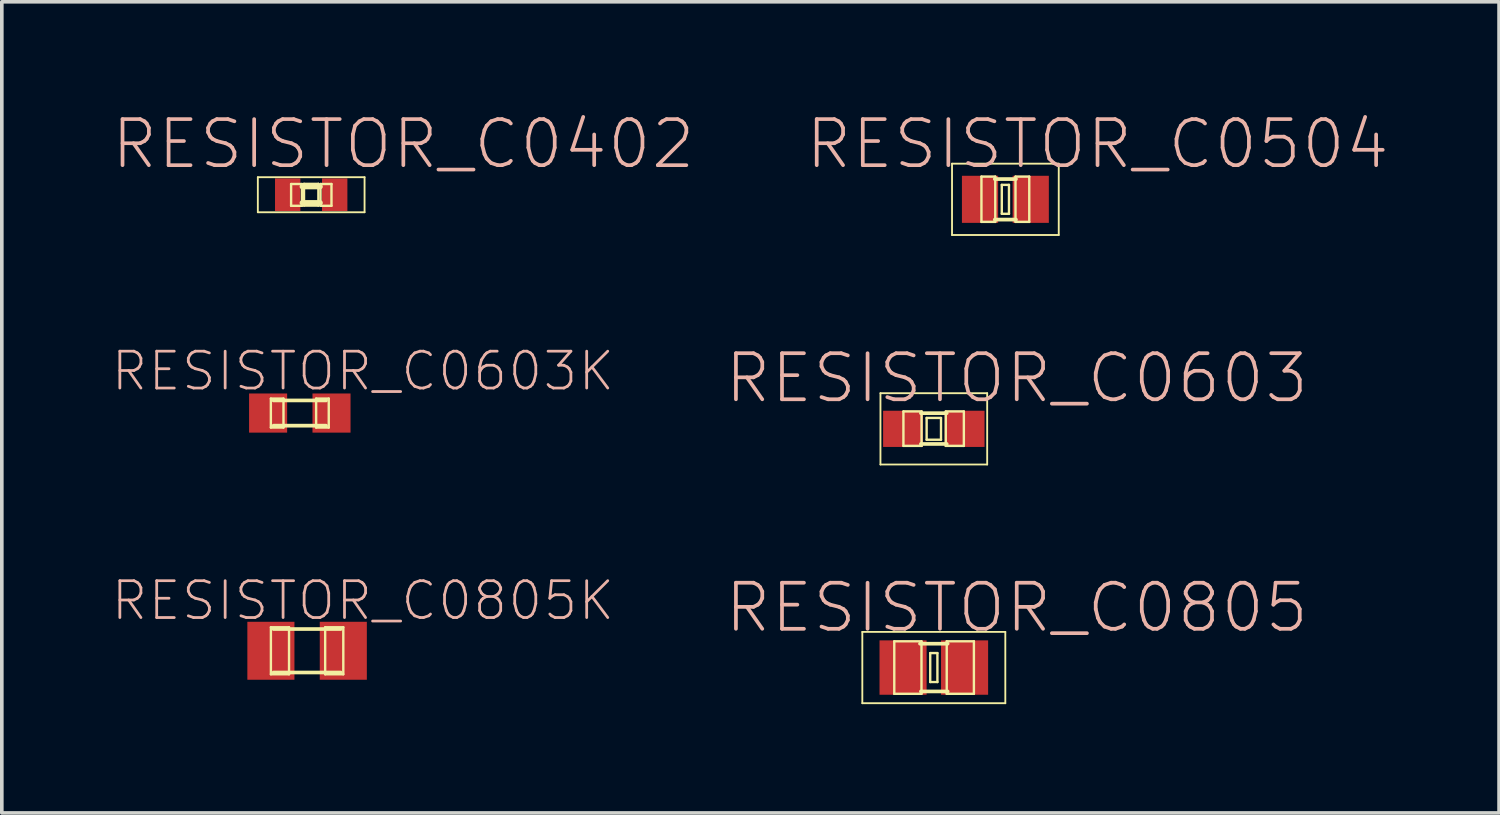
<source format=kicad_pcb>
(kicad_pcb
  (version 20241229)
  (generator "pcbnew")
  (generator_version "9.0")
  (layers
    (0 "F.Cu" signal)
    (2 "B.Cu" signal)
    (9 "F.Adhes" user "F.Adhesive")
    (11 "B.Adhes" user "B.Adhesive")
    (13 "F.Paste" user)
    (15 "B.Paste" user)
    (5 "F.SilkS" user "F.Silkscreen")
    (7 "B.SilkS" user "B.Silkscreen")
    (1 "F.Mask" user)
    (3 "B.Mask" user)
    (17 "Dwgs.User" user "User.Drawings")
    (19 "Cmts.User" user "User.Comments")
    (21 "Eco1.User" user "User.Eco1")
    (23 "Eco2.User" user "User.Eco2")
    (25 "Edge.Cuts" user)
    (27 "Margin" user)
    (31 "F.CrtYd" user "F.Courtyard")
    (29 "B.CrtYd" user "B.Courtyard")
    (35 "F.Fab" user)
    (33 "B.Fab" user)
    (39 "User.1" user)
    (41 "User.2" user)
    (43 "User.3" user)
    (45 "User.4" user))
  (footprint "RESISTOR_C0603K"
    (layer "F.Cu")
    (at 5.215 8.337)
    (property "Reference" "RESISTOR_C0603K" (at 1.74 -1.156 0) (layer "B.SilkS") (effects (font (size 1.016 1.016) (thickness 0.076))))
    (attr smd)
    (fp_line (start -0.798 -0.399) (end -0.45 -0.399) (stroke (width 0.066) (type solid)) (layer "F.SilkS"))
    (fp_line (start -0.798 0.399) (end -0.798 -0.399) (stroke (width 0.066) (type solid)) (layer "F.SilkS"))
    (fp_line (start -0.798 0.399) (end -0.45 0.399) (stroke (width 0.066) (type solid)) (layer "F.SilkS"))
    (fp_line (start -0.724 -0.348) (end 0.724 -0.348) (stroke (width 0.102) (type solid)) (layer "F.SilkS"))
    (fp_line (start -0.45 0.399) (end -0.45 -0.399) (stroke (width 0.066) (type solid)) (layer "F.SilkS"))
    (fp_line (start 0.45 -0.399) (end 0.798 -0.399) (stroke (width 0.066) (type solid)) (layer "F.SilkS"))
    (fp_line (start 0.45 0.399) (end 0.45 -0.399) (stroke (width 0.066) (type solid)) (layer "F.SilkS"))
    (fp_line (start 0.45 0.399) (end 0.798 0.399) (stroke (width 0.066) (type solid)) (layer "F.SilkS"))
    (fp_line (start 0.724 0.348) (end -0.724 0.348) (stroke (width 0.102) (type solid)) (layer "F.SilkS"))
    (fp_line (start 0.798 0.399) (end 0.798 -0.399) (stroke (width 0.066) (type solid)) (layer "F.SilkS"))
    (pad "1" smd rect (at -0.874 0) (size 1.049 1.079) (layers "F.Cu" "F.Mask" "F.Paste"))
    (pad "2" smd rect (at 0.874 0) (size 1.049 1.079) (layers "F.Cu" "F.Mask" "F.Paste")))
  (footprint "RESISTOR_C0603"
    (layer "F.Cu")
    (at 22.693 8.772)
    (property "Reference" "RESISTOR_C0603" (at 2.286 -1.397 0) (layer "B.SilkS") (effects (font (size 1.27 1.27) (thickness 0.102))))
    (attr smd)
    (fp_line (start -1.471 -0.983) (end 1.471 -0.983) (stroke (width 0.051) (type solid)) (layer "F.SilkS"))
    (fp_line (start -1.471 0.983) (end -1.471 -0.983) (stroke (width 0.051) (type solid)) (layer "F.SilkS"))
    (fp_line (start -0.838 -0.48) (end -0.338 -0.48) (stroke (width 0.066) (type solid)) (layer "F.SilkS"))
    (fp_line (start -0.838 0.47) (end -0.838 -0.48) (stroke (width 0.066) (type solid)) (layer "F.SilkS"))
    (fp_line (start -0.838 0.47) (end -0.338 0.47) (stroke (width 0.066) (type solid)) (layer "F.SilkS"))
    (fp_line (start -0.356 -0.432) (end 0.356 -0.432) (stroke (width 0.102) (type solid)) (layer "F.SilkS"))
    (fp_line (start -0.356 0.417) (end 0.356 0.417) (stroke (width 0.102) (type solid)) (layer "F.SilkS"))
    (fp_line (start -0.338 0.47) (end -0.338 -0.48) (stroke (width 0.066) (type solid)) (layer "F.SilkS"))
    (fp_line (start -0.198 -0.3) (end 0.198 -0.3) (stroke (width 0.066) (type solid)) (layer "F.SilkS"))
    (fp_line (start -0.198 0.3) (end -0.198 -0.3) (stroke (width 0.066) (type solid)) (layer "F.SilkS"))
    (fp_line (start -0.198 0.3) (end 0.198 0.3) (stroke (width 0.066) (type solid)) (layer "F.SilkS"))
    (fp_line (start 0.198 0.3) (end 0.198 -0.3) (stroke (width 0.066) (type solid)) (layer "F.SilkS"))
    (fp_line (start 0.33 -0.48) (end 0.828 -0.48) (stroke (width 0.066) (type solid)) (layer "F.SilkS"))
    (fp_line (start 0.33 0.47) (end 0.33 -0.48) (stroke (width 0.066) (type solid)) (layer "F.SilkS"))
    (fp_line (start 0.33 0.47) (end 0.828 0.47) (stroke (width 0.066) (type solid)) (layer "F.SilkS"))
    (fp_line (start 0.828 0.47) (end 0.828 -0.48) (stroke (width 0.066) (type solid)) (layer "F.SilkS"))
    (fp_line (start 1.471 -0.983) (end 1.471 0.983) (stroke (width 0.051) (type solid)) (layer "F.SilkS"))
    (fp_line (start 1.471 0.983) (end -1.471 0.983) (stroke (width 0.051) (type solid)) (layer "F.SilkS"))
    (pad "1" smd rect (at -0.848 0) (size 1.1 0.998) (layers "F.Cu" "F.Mask" "F.Paste"))
    (pad "2" smd rect (at 0.848 0) (size 1.1 0.998) (layers "F.Cu" "F.Mask" "F.Paste")))
  (footprint "RESISTOR_C0504"
    (layer "F.Cu")
    (at 24.666 2.445)
    (property "Reference" "RESISTOR_C0504" (at 2.54 -1.524 0) (layer "B.SilkS") (effects (font (size 1.27 1.27) (thickness 0.102))))
    (attr smd)
    (fp_line (start -1.471 -0.983) (end 1.471 -0.983) (stroke (width 0.051) (type solid)) (layer "F.SilkS"))
    (fp_line (start -1.471 0.983) (end -1.471 -0.983) (stroke (width 0.051) (type solid)) (layer "F.SilkS"))
    (fp_line (start -0.66 -0.627) (end -0.279 -0.627) (stroke (width 0.066) (type solid)) (layer "F.SilkS"))
    (fp_line (start -0.66 0.622) (end -0.66 -0.627) (stroke (width 0.066) (type solid)) (layer "F.SilkS"))
    (fp_line (start -0.66 0.622) (end -0.279 0.622) (stroke (width 0.066) (type solid)) (layer "F.SilkS"))
    (fp_line (start -0.292 -0.559) (end 0.292 -0.559) (stroke (width 0.102) (type solid)) (layer "F.SilkS"))
    (fp_line (start -0.292 0.559) (end 0.292 0.559) (stroke (width 0.102) (type solid)) (layer "F.SilkS"))
    (fp_line (start -0.279 0.622) (end -0.279 -0.627) (stroke (width 0.066) (type solid)) (layer "F.SilkS"))
    (fp_line (start -0.099 -0.399) (end 0.099 -0.399) (stroke (width 0.066) (type solid)) (layer "F.SilkS"))
    (fp_line (start -0.099 0.399) (end -0.099 -0.399) (stroke (width 0.066) (type solid)) (layer "F.SilkS"))
    (fp_line (start -0.099 0.399) (end 0.099 0.399) (stroke (width 0.066) (type solid)) (layer "F.SilkS"))
    (fp_line (start 0.099 0.399) (end 0.099 -0.399) (stroke (width 0.066) (type solid)) (layer "F.SilkS"))
    (fp_line (start 0.279 -0.627) (end 0.658 -0.627) (stroke (width 0.066) (type solid)) (layer "F.SilkS"))
    (fp_line (start 0.279 0.622) (end 0.279 -0.627) (stroke (width 0.066) (type solid)) (layer "F.SilkS"))
    (fp_line (start 0.279 0.622) (end 0.658 0.622) (stroke (width 0.066) (type solid)) (layer "F.SilkS"))
    (fp_line (start 0.658 0.622) (end 0.658 -0.627) (stroke (width 0.066) (type solid)) (layer "F.SilkS"))
    (fp_line (start 1.471 -0.983) (end 1.471 0.983) (stroke (width 0.051) (type solid)) (layer "F.SilkS"))
    (fp_line (start 1.471 0.983) (end -1.471 0.983) (stroke (width 0.051) (type solid)) (layer "F.SilkS"))
    (pad "1" smd rect (at -0.699 0) (size 0.998 1.298) (layers "F.Cu" "F.Mask" "F.Paste"))
    (pad "2" smd rect (at 0.699 0) (size 0.998 1.298) (layers "F.Cu" "F.Mask" "F.Paste")))
  (footprint "RESISTOR_C0402"
    (layer "F.Cu")
    (at 5.529 2.318)
    (property "Reference" "RESISTOR_C0402" (at 2.54 -1.397 0) (layer "B.SilkS") (effects (font (size 1.27 1.27) (thickness 0.102))))
    (attr smd)
    (fp_line (start -1.471 -0.483) (end 1.471 -0.483) (stroke (width 0.051) (type solid)) (layer "F.SilkS"))
    (fp_line (start -1.471 0.483) (end -1.471 -0.483) (stroke (width 0.051) (type solid)) (layer "F.SilkS"))
    (fp_line (start -0.554 -0.295) (end -0.254 -0.295) (stroke (width 0.066) (type solid)) (layer "F.SilkS"))
    (fp_line (start -0.554 0.305) (end -0.554 -0.295) (stroke (width 0.066) (type solid)) (layer "F.SilkS"))
    (fp_line (start -0.554 0.305) (end -0.254 0.305) (stroke (width 0.066) (type solid)) (layer "F.SilkS"))
    (fp_line (start -0.254 0.305) (end -0.254 -0.295) (stroke (width 0.066) (type solid)) (layer "F.SilkS"))
    (fp_line (start -0.244 -0.224) (end 0.244 -0.224) (stroke (width 0.152) (type solid)) (layer "F.SilkS"))
    (fp_line (start -0.198 -0.3) (end 0.198 -0.3) (stroke (width 0.066) (type solid)) (layer "F.SilkS"))
    (fp_line (start -0.198 0.3) (end -0.198 -0.3) (stroke (width 0.066) (type solid)) (layer "F.SilkS"))
    (fp_line (start -0.198 0.3) (end 0.198 0.3) (stroke (width 0.066) (type solid)) (layer "F.SilkS"))
    (fp_line (start 0.198 0.3) (end 0.198 -0.3) (stroke (width 0.066) (type solid)) (layer "F.SilkS"))
    (fp_line (start 0.244 0.224) (end -0.244 0.224) (stroke (width 0.152) (type solid)) (layer "F.SilkS"))
    (fp_line (start 0.257 -0.295) (end 0.559 -0.295) (stroke (width 0.066) (type solid)) (layer "F.SilkS"))
    (fp_line (start 0.257 0.305) (end 0.257 -0.295) (stroke (width 0.066) (type solid)) (layer "F.SilkS"))
    (fp_line (start 0.257 0.305) (end 0.559 0.305) (stroke (width 0.066) (type solid)) (layer "F.SilkS"))
    (fp_line (start 0.559 0.305) (end 0.559 -0.295) (stroke (width 0.066) (type solid)) (layer "F.SilkS"))
    (fp_line (start 1.471 -0.483) (end 1.471 0.483) (stroke (width 0.051) (type solid)) (layer "F.SilkS"))
    (fp_line (start 1.471 0.483) (end -1.471 0.483) (stroke (width 0.051) (type solid)) (layer "F.SilkS"))
    (pad "1" smd rect (at -0.648 0) (size 0.699 0.899) (layers "F.Cu" "F.Mask" "F.Paste"))
    (pad "2" smd rect (at 0.648 0) (size 0.699 0.899) (layers "F.Cu" "F.Mask" "F.Paste")))
  (footprint "RESISTOR_C0805K"
    (layer "F.Cu")
    (at 5.416 14.89)
    (property "Reference" "RESISTOR_C0805K" (at 1.539 -1.382 0) (layer "B.SilkS") (effects (font (size 1.016 1.016) (thickness 0.076))))
    (attr smd)
    (fp_line (start -0.998 -0.648) (end -0.498 -0.648) (stroke (width 0.066) (type solid)) (layer "F.SilkS"))
    (fp_line (start -0.998 0.648) (end -0.998 -0.648) (stroke (width 0.066) (type solid)) (layer "F.SilkS"))
    (fp_line (start -0.998 0.648) (end -0.498 0.648) (stroke (width 0.066) (type solid)) (layer "F.SilkS"))
    (fp_line (start -0.925 -0.599) (end 0.925 -0.599) (stroke (width 0.102) (type solid)) (layer "F.SilkS"))
    (fp_line (start -0.498 0.648) (end -0.498 -0.648) (stroke (width 0.066) (type solid)) (layer "F.SilkS"))
    (fp_line (start 0.498 -0.648) (end 0.998 -0.648) (stroke (width 0.066) (type solid)) (layer "F.SilkS"))
    (fp_line (start 0.498 0.648) (end 0.498 -0.648) (stroke (width 0.066) (type solid)) (layer "F.SilkS"))
    (fp_line (start 0.498 0.648) (end 0.998 0.648) (stroke (width 0.066) (type solid)) (layer "F.SilkS"))
    (fp_line (start 0.925 0.599) (end -0.925 0.599) (stroke (width 0.102) (type solid)) (layer "F.SilkS"))
    (fp_line (start 0.998 0.648) (end 0.998 -0.648) (stroke (width 0.066) (type solid)) (layer "F.SilkS"))
    (pad "1" smd rect (at -0.998 0) (size 1.298 1.598) (layers "F.Cu" "F.Mask" "F.Paste"))
    (pad "2" smd rect (at 0.998 0) (size 1.298 1.598) (layers "F.Cu" "F.Mask" "F.Paste")))
  (footprint "RESISTOR_C0805"
    (layer "F.Cu")
    (at 22.693 15.353)
    (property "Reference" "RESISTOR_C0805" (at 2.286 -1.651 0) (layer "B.SilkS") (effects (font (size 1.27 1.27) (thickness 0.102))))
    (attr smd)
    (fp_line (start -1.971 -0.983) (end 1.971 -0.983) (stroke (width 0.051) (type solid)) (layer "F.SilkS"))
    (fp_line (start -1.971 0.983) (end -1.971 -0.983) (stroke (width 0.051) (type solid)) (layer "F.SilkS"))
    (fp_line (start -1.09 -0.724) (end -0.34 -0.724) (stroke (width 0.066) (type solid)) (layer "F.SilkS"))
    (fp_line (start -1.09 0.724) (end -1.09 -0.724) (stroke (width 0.066) (type solid)) (layer "F.SilkS"))
    (fp_line (start -1.09 0.724) (end -0.34 0.724) (stroke (width 0.066) (type solid)) (layer "F.SilkS"))
    (fp_line (start -0.381 -0.658) (end 0.381 -0.658) (stroke (width 0.102) (type solid)) (layer "F.SilkS"))
    (fp_line (start -0.356 0.658) (end 0.381 0.658) (stroke (width 0.102) (type solid)) (layer "F.SilkS"))
    (fp_line (start -0.34 0.724) (end -0.34 -0.724) (stroke (width 0.066) (type solid)) (layer "F.SilkS"))
    (fp_line (start -0.099 -0.399) (end 0.099 -0.399) (stroke (width 0.066) (type solid)) (layer "F.SilkS"))
    (fp_line (start -0.099 0.399) (end -0.099 -0.399) (stroke (width 0.066) (type solid)) (layer "F.SilkS"))
    (fp_line (start -0.099 0.399) (end 0.099 0.399) (stroke (width 0.066) (type solid)) (layer "F.SilkS"))
    (fp_line (start 0.099 0.399) (end 0.099 -0.399) (stroke (width 0.066) (type solid)) (layer "F.SilkS"))
    (fp_line (start 0.356 -0.724) (end 1.105 -0.724) (stroke (width 0.066) (type solid)) (layer "F.SilkS"))
    (fp_line (start 0.356 0.724) (end 0.356 -0.724) (stroke (width 0.066) (type solid)) (layer "F.SilkS"))
    (fp_line (start 0.356 0.724) (end 1.105 0.724) (stroke (width 0.066) (type solid)) (layer "F.SilkS"))
    (fp_line (start 1.105 0.724) (end 1.105 -0.724) (stroke (width 0.066) (type solid)) (layer "F.SilkS"))
    (fp_line (start 1.971 -0.983) (end 1.971 0.983) (stroke (width 0.051) (type solid)) (layer "F.SilkS"))
    (fp_line (start 1.971 0.983) (end -1.971 0.983) (stroke (width 0.051) (type solid)) (layer "F.SilkS"))
    (pad "1" smd rect (at -0.848 0) (size 1.298 1.499) (layers "F.Cu" "F.Mask" "F.Paste"))
    (pad "2" smd rect (at 0.848 0) (size 1.298 1.499) (layers "F.Cu" "F.Mask" "F.Paste")))
  (gr_rect
    (start -3 -3)
    (end 38.275 19.361)
    (stroke (width 0.1) (type default))
    (fill no)
    (layer "Edge.Cuts")))
</source>
